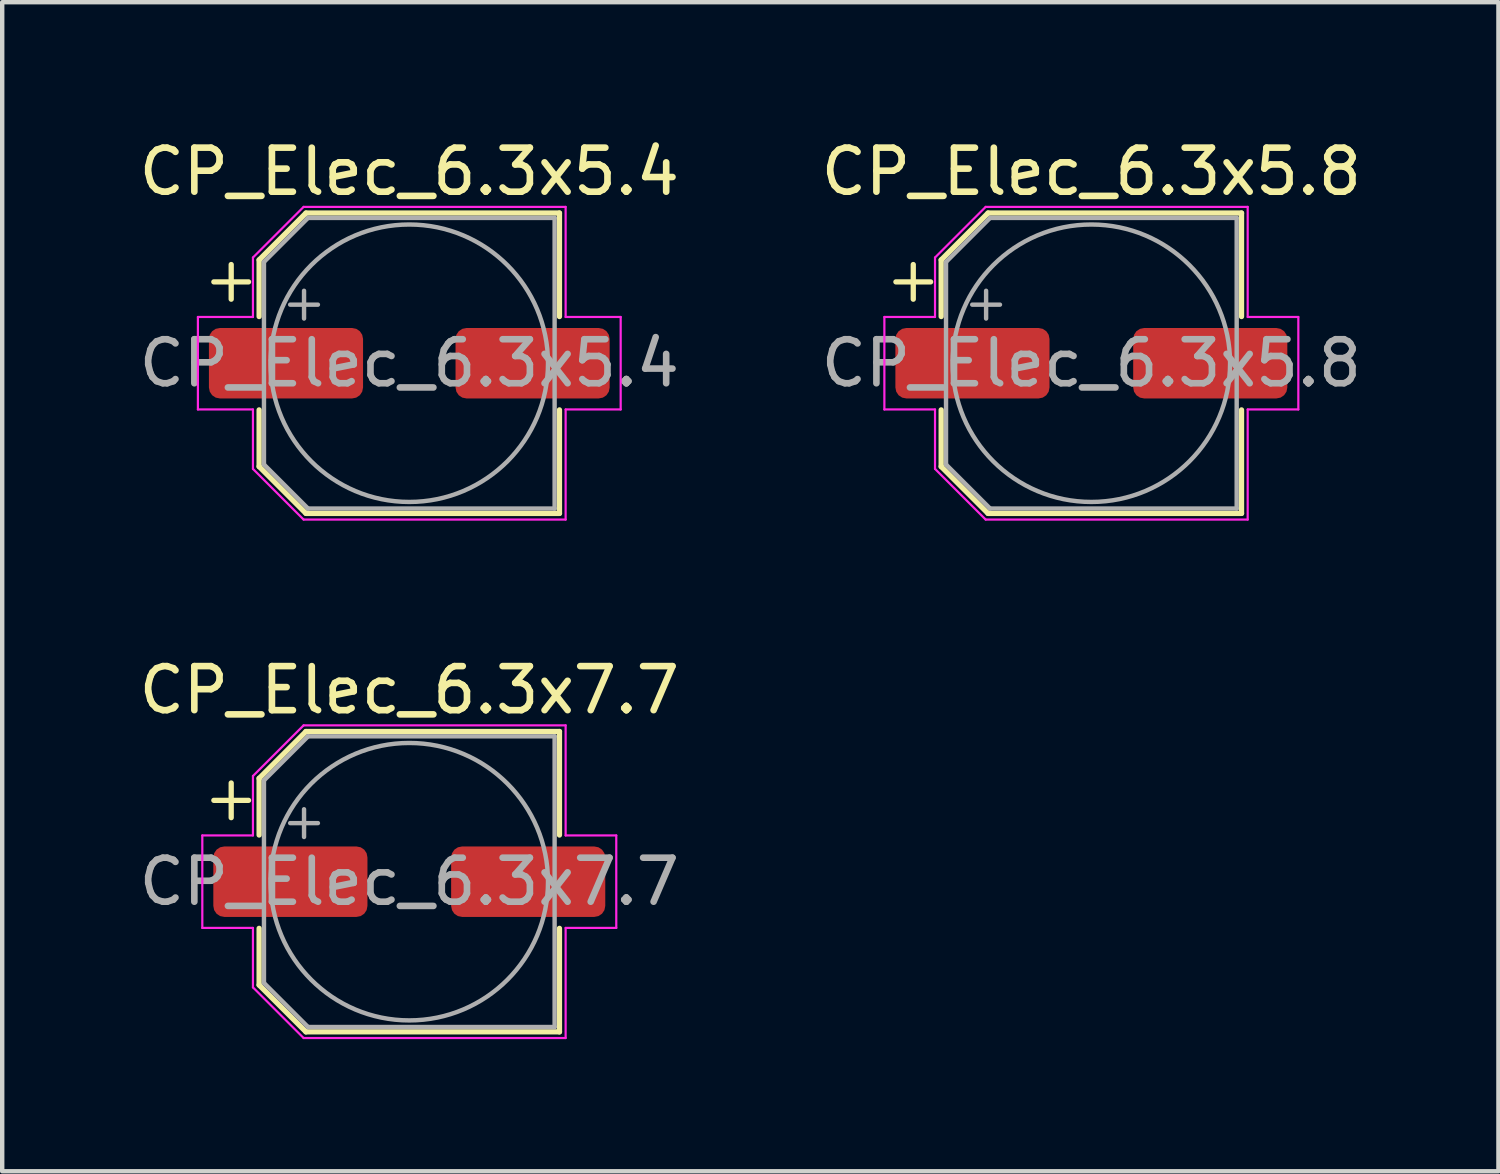
<source format=kicad_pcb>
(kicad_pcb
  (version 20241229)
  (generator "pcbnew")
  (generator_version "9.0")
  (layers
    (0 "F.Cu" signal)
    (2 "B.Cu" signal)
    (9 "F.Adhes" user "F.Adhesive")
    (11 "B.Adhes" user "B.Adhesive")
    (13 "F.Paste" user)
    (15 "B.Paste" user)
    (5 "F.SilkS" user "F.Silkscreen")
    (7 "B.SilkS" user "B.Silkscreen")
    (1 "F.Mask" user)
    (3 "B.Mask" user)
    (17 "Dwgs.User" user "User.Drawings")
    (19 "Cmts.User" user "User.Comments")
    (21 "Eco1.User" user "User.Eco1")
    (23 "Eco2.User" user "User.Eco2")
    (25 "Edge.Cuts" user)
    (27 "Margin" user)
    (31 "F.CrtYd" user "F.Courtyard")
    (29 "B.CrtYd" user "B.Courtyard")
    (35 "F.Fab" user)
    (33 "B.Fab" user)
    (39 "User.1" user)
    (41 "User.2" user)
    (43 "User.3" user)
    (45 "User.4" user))
  (footprint "CP_Elec_6.3x7.7"
    (layer "F.Cu")
    (at 6.244 16.971)
    (property "Reference" "CP_Elec_6.3x7.7" (at 0 -4.35 0) (layer "F.SilkS") (effects (font (size 1 1) (thickness 0.15))))
    (attr smd)
    (fp_line (start -4.438 -1.847) (end -3.65 -1.847) (stroke (width 0.12) (type solid)) (layer "F.SilkS"))
    (fp_line (start -4.044 -2.241) (end -4.044 -1.454) (stroke (width 0.12) (type solid)) (layer "F.SilkS"))
    (fp_line (start -3.41 -2.346) (end -3.41 -1.06) (stroke (width 0.12) (type solid)) (layer "F.SilkS"))
    (fp_line (start -3.41 -2.346) (end -2.346 -3.41) (stroke (width 0.12) (type solid)) (layer "F.SilkS"))
    (fp_line (start -3.41 2.346) (end -3.41 1.06) (stroke (width 0.12) (type solid)) (layer "F.SilkS"))
    (fp_line (start -3.41 2.346) (end -2.346 3.41) (stroke (width 0.12) (type solid)) (layer "F.SilkS"))
    (fp_line (start -2.346 -3.41) (end 3.41 -3.41) (stroke (width 0.12) (type solid)) (layer "F.SilkS"))
    (fp_line (start -2.346 3.41) (end 3.41 3.41) (stroke (width 0.12) (type solid)) (layer "F.SilkS"))
    (fp_line (start 3.41 -3.41) (end 3.41 -1.06) (stroke (width 0.12) (type solid)) (layer "F.SilkS"))
    (fp_line (start 3.41 3.41) (end 3.41 1.06) (stroke (width 0.12) (type solid)) (layer "F.SilkS"))
    (fp_line (start -4.7 -1.05) (end -4.7 1.05) (stroke (width 0.05) (type solid)) (layer "F.CrtYd"))
    (fp_line (start -4.7 1.05) (end -3.55 1.05) (stroke (width 0.05) (type solid)) (layer "F.CrtYd"))
    (fp_line (start -3.55 -2.4) (end -3.55 -1.05) (stroke (width 0.05) (type solid)) (layer "F.CrtYd"))
    (fp_line (start -3.55 -2.4) (end -2.4 -3.55) (stroke (width 0.05) (type solid)) (layer "F.CrtYd"))
    (fp_line (start -3.55 -1.05) (end -4.7 -1.05) (stroke (width 0.05) (type solid)) (layer "F.CrtYd"))
    (fp_line (start -3.55 1.05) (end -3.55 2.4) (stroke (width 0.05) (type solid)) (layer "F.CrtYd"))
    (fp_line (start -3.55 2.4) (end -2.4 3.55) (stroke (width 0.05) (type solid)) (layer "F.CrtYd"))
    (fp_line (start -2.4 -3.55) (end 3.55 -3.55) (stroke (width 0.05) (type solid)) (layer "F.CrtYd"))
    (fp_line (start -2.4 3.55) (end 3.55 3.55) (stroke (width 0.05) (type solid)) (layer "F.CrtYd"))
    (fp_line (start 3.55 -3.55) (end 3.55 -1.05) (stroke (width 0.05) (type solid)) (layer "F.CrtYd"))
    (fp_line (start 3.55 -1.05) (end 4.7 -1.05) (stroke (width 0.05) (type solid)) (layer "F.CrtYd"))
    (fp_line (start 3.55 1.05) (end 3.55 3.55) (stroke (width 0.05) (type solid)) (layer "F.CrtYd"))
    (fp_line (start 4.7 -1.05) (end 4.7 1.05) (stroke (width 0.05) (type solid)) (layer "F.CrtYd"))
    (fp_line (start 4.7 1.05) (end 3.55 1.05) (stroke (width 0.05) (type solid)) (layer "F.CrtYd"))
    (fp_line (start -3.3 -2.3) (end -3.3 2.3) (stroke (width 0.1) (type solid)) (layer "F.Fab"))
    (fp_line (start -3.3 -2.3) (end -2.3 -3.3) (stroke (width 0.1) (type solid)) (layer "F.Fab"))
    (fp_line (start -3.3 2.3) (end -2.3 3.3) (stroke (width 0.1) (type solid)) (layer "F.Fab"))
    (fp_line (start -2.705 -1.33) (end -2.075 -1.33) (stroke (width 0.1) (type solid)) (layer "F.Fab"))
    (fp_line (start -2.39 -1.645) (end -2.39 -1.015) (stroke (width 0.1) (type solid)) (layer "F.Fab"))
    (fp_line (start -2.3 -3.3) (end 3.3 -3.3) (stroke (width 0.1) (type solid)) (layer "F.Fab"))
    (fp_line (start -2.3 3.3) (end 3.3 3.3) (stroke (width 0.1) (type solid)) (layer "F.Fab"))
    (fp_line (start 3.3 -3.3) (end 3.3 3.3) (stroke (width 0.1) (type solid)) (layer "F.Fab"))
    (fp_circle (center 0 0) (end 3.15 0) (stroke (width 0.1) (type solid)) (fill no) (layer "F.Fab"))
    (fp_text user "${REFERENCE}" (at 0 0 0) (layer "F.Fab") (effects (font (size 1 1) (thickness 0.15))))
    (pad "1" smd roundrect (at -2.7 0) (size 3.5 1.6) (layers "F.Cu" "F.Mask" "F.Paste") (roundrect_rratio 0.156))
    (pad "2" smd roundrect (at 2.7 0) (size 3.5 1.6) (layers "F.Cu" "F.Mask" "F.Paste") (roundrect_rratio 0.156)))
  (footprint "CP_Elec_6.3x5.4"
    (layer "F.Cu")
    (at 6.244 5.198)
    (property "Reference" "CP_Elec_6.3x5.4" (at 0 -4.35 0) (layer "F.SilkS") (effects (font (size 1 1) (thickness 0.15))))
    (attr smd)
    (fp_line (start -4.438 -1.847) (end -3.65 -1.847) (stroke (width 0.12) (type solid)) (layer "F.SilkS"))
    (fp_line (start -4.044 -2.241) (end -4.044 -1.454) (stroke (width 0.12) (type solid)) (layer "F.SilkS"))
    (fp_line (start -3.41 -2.346) (end -3.41 -1.06) (stroke (width 0.12) (type solid)) (layer "F.SilkS"))
    (fp_line (start -3.41 -2.346) (end -2.346 -3.41) (stroke (width 0.12) (type solid)) (layer "F.SilkS"))
    (fp_line (start -3.41 2.346) (end -3.41 1.06) (stroke (width 0.12) (type solid)) (layer "F.SilkS"))
    (fp_line (start -3.41 2.346) (end -2.346 3.41) (stroke (width 0.12) (type solid)) (layer "F.SilkS"))
    (fp_line (start -2.346 -3.41) (end 3.41 -3.41) (stroke (width 0.12) (type solid)) (layer "F.SilkS"))
    (fp_line (start -2.346 3.41) (end 3.41 3.41) (stroke (width 0.12) (type solid)) (layer "F.SilkS"))
    (fp_line (start 3.41 -3.41) (end 3.41 -1.06) (stroke (width 0.12) (type solid)) (layer "F.SilkS"))
    (fp_line (start 3.41 3.41) (end 3.41 1.06) (stroke (width 0.12) (type solid)) (layer "F.SilkS"))
    (fp_line (start -4.8 -1.05) (end -4.8 1.05) (stroke (width 0.05) (type solid)) (layer "F.CrtYd"))
    (fp_line (start -4.8 1.05) (end -3.55 1.05) (stroke (width 0.05) (type solid)) (layer "F.CrtYd"))
    (fp_line (start -3.55 -2.4) (end -3.55 -1.05) (stroke (width 0.05) (type solid)) (layer "F.CrtYd"))
    (fp_line (start -3.55 -2.4) (end -2.4 -3.55) (stroke (width 0.05) (type solid)) (layer "F.CrtYd"))
    (fp_line (start -3.55 -1.05) (end -4.8 -1.05) (stroke (width 0.05) (type solid)) (layer "F.CrtYd"))
    (fp_line (start -3.55 1.05) (end -3.55 2.4) (stroke (width 0.05) (type solid)) (layer "F.CrtYd"))
    (fp_line (start -3.55 2.4) (end -2.4 3.55) (stroke (width 0.05) (type solid)) (layer "F.CrtYd"))
    (fp_line (start -2.4 -3.55) (end 3.55 -3.55) (stroke (width 0.05) (type solid)) (layer "F.CrtYd"))
    (fp_line (start -2.4 3.55) (end 3.55 3.55) (stroke (width 0.05) (type solid)) (layer "F.CrtYd"))
    (fp_line (start 3.55 -3.55) (end 3.55 -1.05) (stroke (width 0.05) (type solid)) (layer "F.CrtYd"))
    (fp_line (start 3.55 -1.05) (end 4.8 -1.05) (stroke (width 0.05) (type solid)) (layer "F.CrtYd"))
    (fp_line (start 3.55 1.05) (end 3.55 3.55) (stroke (width 0.05) (type solid)) (layer "F.CrtYd"))
    (fp_line (start 4.8 -1.05) (end 4.8 1.05) (stroke (width 0.05) (type solid)) (layer "F.CrtYd"))
    (fp_line (start 4.8 1.05) (end 3.55 1.05) (stroke (width 0.05) (type solid)) (layer "F.CrtYd"))
    (fp_line (start -3.3 -2.3) (end -3.3 2.3) (stroke (width 0.1) (type solid)) (layer "F.Fab"))
    (fp_line (start -3.3 -2.3) (end -2.3 -3.3) (stroke (width 0.1) (type solid)) (layer "F.Fab"))
    (fp_line (start -3.3 2.3) (end -2.3 3.3) (stroke (width 0.1) (type solid)) (layer "F.Fab"))
    (fp_line (start -2.705 -1.33) (end -2.075 -1.33) (stroke (width 0.1) (type solid)) (layer "F.Fab"))
    (fp_line (start -2.39 -1.645) (end -2.39 -1.015) (stroke (width 0.1) (type solid)) (layer "F.Fab"))
    (fp_line (start -2.3 -3.3) (end 3.3 -3.3) (stroke (width 0.1) (type solid)) (layer "F.Fab"))
    (fp_line (start -2.3 3.3) (end 3.3 3.3) (stroke (width 0.1) (type solid)) (layer "F.Fab"))
    (fp_line (start 3.3 -3.3) (end 3.3 3.3) (stroke (width 0.1) (type solid)) (layer "F.Fab"))
    (fp_circle (center 0 0) (end 3.15 0) (stroke (width 0.1) (type solid)) (fill no) (layer "F.Fab"))
    (fp_text user "${REFERENCE}" (at 0 0 0) (layer "F.Fab") (effects (font (size 1 1) (thickness 0.15))))
    (pad "1" smd roundrect (at -2.8 0) (size 3.5 1.6) (layers "F.Cu" "F.Mask" "F.Paste") (roundrect_rratio 0.156))
    (pad "2" smd roundrect (at 2.8 0) (size 3.5 1.6) (layers "F.Cu" "F.Mask" "F.Paste") (roundrect_rratio 0.156)))
  (footprint "CP_Elec_6.3x5.8"
    (layer "F.Cu")
    (at 21.732 5.198)
    (property "Reference" "CP_Elec_6.3x5.8" (at 0 -4.35 0) (layer "F.SilkS") (effects (font (size 1 1) (thickness 0.15))))
    (attr smd)
    (fp_line (start -4.438 -1.847) (end -3.65 -1.847) (stroke (width 0.12) (type solid)) (layer "F.SilkS"))
    (fp_line (start -4.044 -2.241) (end -4.044 -1.454) (stroke (width 0.12) (type solid)) (layer "F.SilkS"))
    (fp_line (start -3.41 -2.346) (end -3.41 -1.06) (stroke (width 0.12) (type solid)) (layer "F.SilkS"))
    (fp_line (start -3.41 -2.346) (end -2.346 -3.41) (stroke (width 0.12) (type solid)) (layer "F.SilkS"))
    (fp_line (start -3.41 2.346) (end -3.41 1.06) (stroke (width 0.12) (type solid)) (layer "F.SilkS"))
    (fp_line (start -3.41 2.346) (end -2.346 3.41) (stroke (width 0.12) (type solid)) (layer "F.SilkS"))
    (fp_line (start -2.346 -3.41) (end 3.41 -3.41) (stroke (width 0.12) (type solid)) (layer "F.SilkS"))
    (fp_line (start -2.346 3.41) (end 3.41 3.41) (stroke (width 0.12) (type solid)) (layer "F.SilkS"))
    (fp_line (start 3.41 -3.41) (end 3.41 -1.06) (stroke (width 0.12) (type solid)) (layer "F.SilkS"))
    (fp_line (start 3.41 3.41) (end 3.41 1.06) (stroke (width 0.12) (type solid)) (layer "F.SilkS"))
    (fp_line (start -4.7 -1.05) (end -4.7 1.05) (stroke (width 0.05) (type solid)) (layer "F.CrtYd"))
    (fp_line (start -4.7 1.05) (end -3.55 1.05) (stroke (width 0.05) (type solid)) (layer "F.CrtYd"))
    (fp_line (start -3.55 -2.4) (end -3.55 -1.05) (stroke (width 0.05) (type solid)) (layer "F.CrtYd"))
    (fp_line (start -3.55 -2.4) (end -2.4 -3.55) (stroke (width 0.05) (type solid)) (layer "F.CrtYd"))
    (fp_line (start -3.55 -1.05) (end -4.7 -1.05) (stroke (width 0.05) (type solid)) (layer "F.CrtYd"))
    (fp_line (start -3.55 1.05) (end -3.55 2.4) (stroke (width 0.05) (type solid)) (layer "F.CrtYd"))
    (fp_line (start -3.55 2.4) (end -2.4 3.55) (stroke (width 0.05) (type solid)) (layer "F.CrtYd"))
    (fp_line (start -2.4 -3.55) (end 3.55 -3.55) (stroke (width 0.05) (type solid)) (layer "F.CrtYd"))
    (fp_line (start -2.4 3.55) (end 3.55 3.55) (stroke (width 0.05) (type solid)) (layer "F.CrtYd"))
    (fp_line (start 3.55 -3.55) (end 3.55 -1.05) (stroke (width 0.05) (type solid)) (layer "F.CrtYd"))
    (fp_line (start 3.55 -1.05) (end 4.7 -1.05) (stroke (width 0.05) (type solid)) (layer "F.CrtYd"))
    (fp_line (start 3.55 1.05) (end 3.55 3.55) (stroke (width 0.05) (type solid)) (layer "F.CrtYd"))
    (fp_line (start 4.7 -1.05) (end 4.7 1.05) (stroke (width 0.05) (type solid)) (layer "F.CrtYd"))
    (fp_line (start 4.7 1.05) (end 3.55 1.05) (stroke (width 0.05) (type solid)) (layer "F.CrtYd"))
    (fp_line (start -3.3 -2.3) (end -3.3 2.3) (stroke (width 0.1) (type solid)) (layer "F.Fab"))
    (fp_line (start -3.3 -2.3) (end -2.3 -3.3) (stroke (width 0.1) (type solid)) (layer "F.Fab"))
    (fp_line (start -3.3 2.3) (end -2.3 3.3) (stroke (width 0.1) (type solid)) (layer "F.Fab"))
    (fp_line (start -2.705 -1.33) (end -2.075 -1.33) (stroke (width 0.1) (type solid)) (layer "F.Fab"))
    (fp_line (start -2.39 -1.645) (end -2.39 -1.015) (stroke (width 0.1) (type solid)) (layer "F.Fab"))
    (fp_line (start -2.3 -3.3) (end 3.3 -3.3) (stroke (width 0.1) (type solid)) (layer "F.Fab"))
    (fp_line (start -2.3 3.3) (end 3.3 3.3) (stroke (width 0.1) (type solid)) (layer "F.Fab"))
    (fp_line (start 3.3 -3.3) (end 3.3 3.3) (stroke (width 0.1) (type solid)) (layer "F.Fab"))
    (fp_circle (center 0 0) (end 3.15 0) (stroke (width 0.1) (type solid)) (fill no) (layer "F.Fab"))
    (fp_text user "${REFERENCE}" (at 0 0 0) (layer "F.Fab") (effects (font (size 1 1) (thickness 0.15))))
    (pad "1" smd roundrect (at -2.7 0) (size 3.5 1.6) (layers "F.Cu" "F.Mask" "F.Paste") (roundrect_rratio 0.156))
    (pad "2" smd roundrect (at 2.7 0) (size 3.5 1.6) (layers "F.Cu" "F.Mask" "F.Paste") (roundrect_rratio 0.156)))
  (gr_rect
    (start -3 -3)
    (end 30.976 23.547)
    (stroke (width 0.1) (type default))
    (fill no)
    (layer "Edge.Cuts")))
</source>
